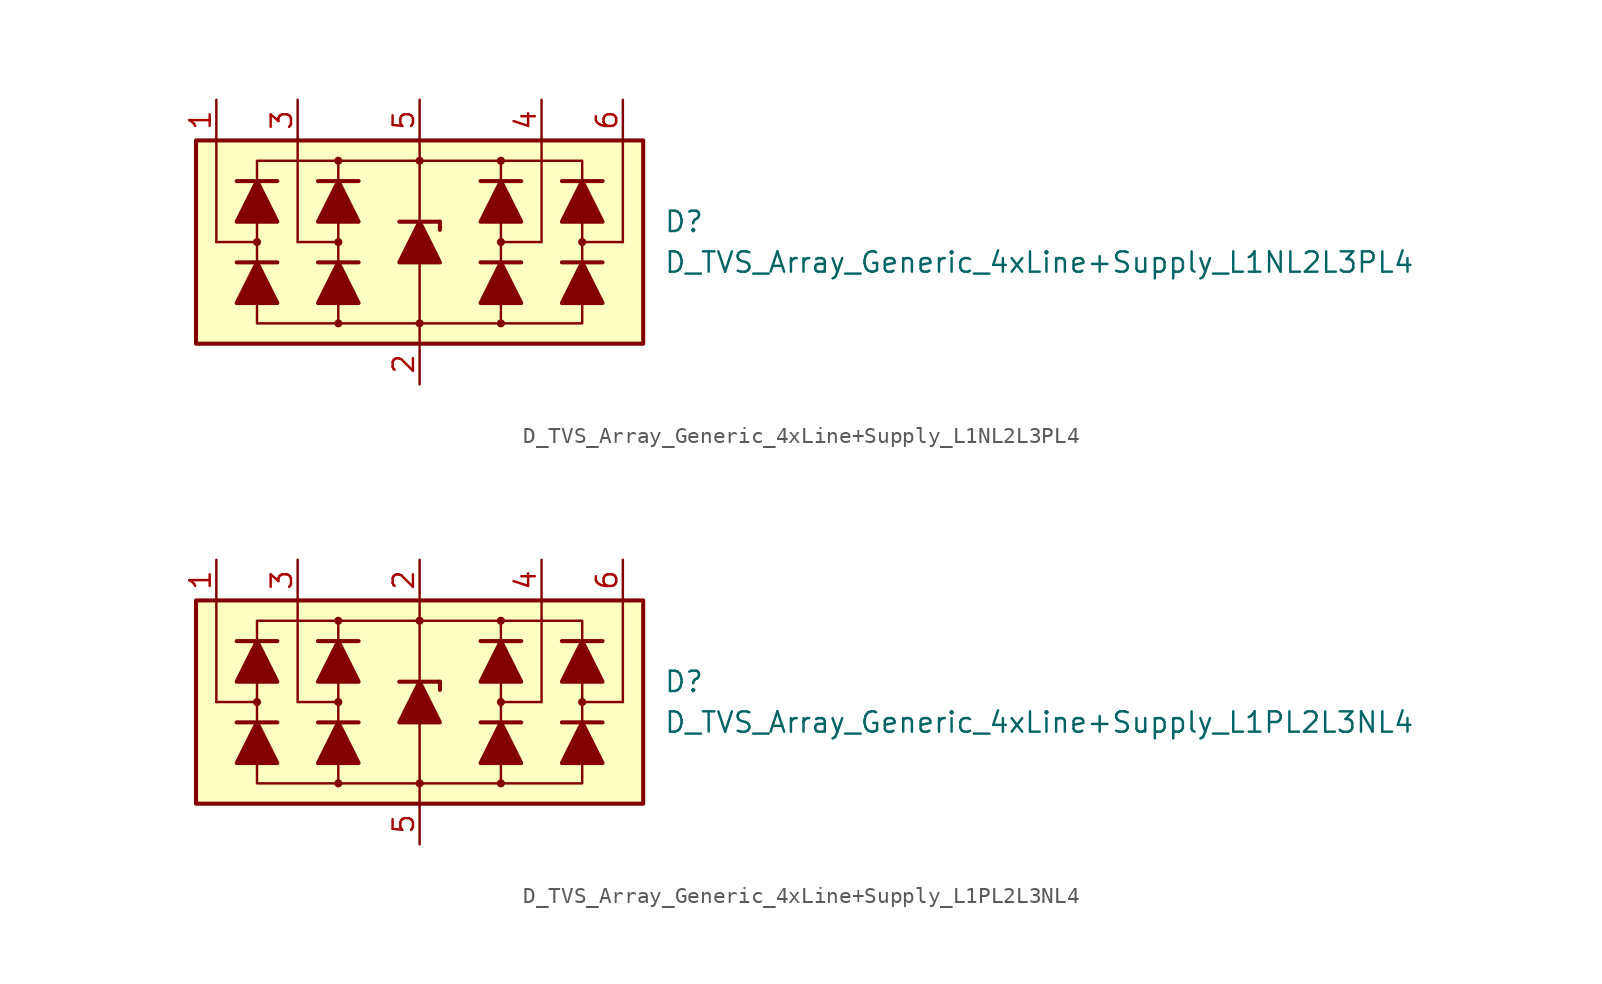
<source format=kicad_sym>
(kicad_symbol_lib
  (version 20211014)
  (generator kicad_symbol_editor)
  (symbol "D_TVS_Array_Generic_4xLine+Supply_L1NL2L3PL4"
    (pin_names
      (offset 1.016) hide)
    (property "Reference" "D"
      (at 15.24 1.27 0)
      (effects (font (size 1.27 1.27)) (justify left)))
    (property "Value" "D_TVS_Array_Generic_4xLine+Supply_L1NL2L3PL4"
      (at 15.24 -1.27 0)
      (effects (font (size 1.27 1.27)) (justify left)))
    (symbol "D_TVS_Array_Generic_4xLine+Supply_L1NL2L3PL4_0_1"
      (rectangle (start -13.97 6.35) (end 13.97 -6.35) (stroke (width 0.254) (type default) (color 0 0 0 0)) (fill (type background)))
      (circle (center -5.08 0) (radius 0.178) (stroke (width 0) (type default) (color 0 0 0 0)) (fill (type outline)))
      (polyline (pts (xy -7.62 0) (xy -7.62 6.35)) (stroke (width 0) (type default) (color 0 0 0 0)) (fill (type none)))
      (polyline (pts (xy -5.08 -1.27) (xy -5.08 1.27)) (stroke (width 0) (type default) (color 0 0 0 0)) (fill (type none)))
      (polyline (pts (xy -5.08 0) (xy -7.62 0)) (stroke (width 0) (type default) (color 0 0 0 0)) (fill (type none)))
      (polyline (pts (xy 0 -5.08) (xy 0 -6.35)) (stroke (width 0) (type default) (color 0 0 0 0)) (fill (type none)))
      (polyline (pts (xy 0 -1.27) (xy 0 -5.08)) (stroke (width 0) (type default) (color 0 0 0 0)) (fill (type none)))
      (polyline (pts (xy 0 1.27) (xy 0 6.35)) (stroke (width 0) (type default) (color 0 0 0 0)) (fill (type none)))
      (polyline (pts (xy 5.08 -1.27) (xy 5.08 1.27)) (stroke (width 0) (type default) (color 0 0 0 0)) (fill (type none)))
      (polyline (pts (xy 5.08 0) (xy 7.62 0)) (stroke (width 0) (type default) (color 0 0 0 0)) (fill (type none)))
      (polyline (pts (xy 7.62 0) (xy 7.62 6.35)) (stroke (width 0) (type default) (color 0 0 0 0)) (fill (type none)))
      (polyline (pts (xy -5.08 -5.08) (xy -10.16 -5.08) (xy -10.16 5.08) (xy -5.08 5.08)) (stroke (width 0) (type default) (color 0 0 0 0)) (fill (type none)))
      (polyline (pts (xy -5.08 -3.81) (xy -5.08 -5.08) (xy 5.08 -5.08) (xy 5.08 -3.81)) (stroke (width 0) (type default) (color 0 0 0 0)) (fill (type none)))
      (polyline (pts (xy -5.08 3.81) (xy -5.08 5.08) (xy 5.08 5.08) (xy 5.08 3.81)) (stroke (width 0) (type default) (color 0 0 0 0)) (fill (type none)))
      (polyline (pts (xy 5.08 -5.08) (xy 10.16 -5.08) (xy 10.16 5.08) (xy 5.08 5.08)) (stroke (width 0) (type default) (color 0 0 0 0)) (fill (type none)))
      (circle (center 0 5.08) (radius 0.178) (stroke (width 0) (type default) (color 0 0 0 0)) (fill (type outline)))
      (circle (center 5.08 0) (radius 0.178) (stroke (width 0) (type default) (color 0 0 0 0)) (fill (type outline))))
    (symbol "D_TVS_Array_Generic_4xLine+Supply_L1NL2L3PL4_1_1"
      (circle (center -10.16 0) (radius 0.178) (stroke (width 0) (type default) (color 0 0 0 0)) (fill (type outline)))
      (circle (center -5.08 -5.08) (radius 0.178) (stroke (width 0) (type default) (color 0 0 0 0)) (fill (type outline)))
      (circle (center -5.08 5.08) (radius 0.178) (stroke (width 0) (type default) (color 0 0 0 0)) (fill (type outline)))
      (circle (center 0 -5.08) (radius 0.178) (stroke (width 0) (type default) (color 0 0 0 0)) (fill (type outline)))
      (polyline (pts (xy -12.7 0) (xy -12.7 6.35)) (stroke (width 0) (type default) (color 0 0 0 0)) (fill (type none)))
      (polyline (pts (xy -10.16 0) (xy -12.7 0)) (stroke (width 0) (type default) (color 0 0 0 0)) (fill (type none)))
      (polyline (pts (xy -8.89 -1.27) (xy -11.43 -1.27)) (stroke (width 0.254) (type default) (color 0 0 0 0)) (fill (type none)))
      (polyline (pts (xy -8.89 3.81) (xy -11.43 3.81)) (stroke (width 0.254) (type default) (color 0 0 0 0)) (fill (type none)))
      (polyline (pts (xy -5.08 -3.81) (xy -5.08 -1.27)) (stroke (width 0) (type default) (color 0 0 0 0)) (fill (type none)))
      (polyline (pts (xy -5.08 1.27) (xy -5.08 3.81)) (stroke (width 0) (type default) (color 0 0 0 0)) (fill (type none)))
      (polyline (pts (xy -3.81 -1.27) (xy -6.35 -1.27)) (stroke (width 0.254) (type default) (color 0 0 0 0)) (fill (type none)))
      (polyline (pts (xy -3.81 3.81) (xy -6.35 3.81)) (stroke (width 0.254) (type default) (color 0 0 0 0)) (fill (type none)))
      (polyline (pts (xy -1.27 1.27) (xy 1.27 1.27)) (stroke (width 0.254) (type default) (color 0 0 0 0)) (fill (type none)))
      (polyline (pts (xy 0 -1.27) (xy 0 1.27)) (stroke (width 0) (type default) (color 0 0 0 0)) (fill (type none)))
      (polyline (pts (xy 1.27 1.27) (xy 1.27 0.762)) (stroke (width 0.254) (type default) (color 0 0 0 0)) (fill (type none)))
      (polyline (pts (xy 5.08 -3.81) (xy 5.08 -1.27)) (stroke (width 0) (type default) (color 0 0 0 0)) (fill (type none)))
      (polyline (pts (xy 5.08 1.27) (xy 5.08 3.81)) (stroke (width 0) (type default) (color 0 0 0 0)) (fill (type none)))
      (polyline (pts (xy 6.35 -1.27) (xy 3.81 -1.27)) (stroke (width 0.254) (type default) (color 0 0 0 0)) (fill (type none)))
      (polyline (pts (xy 6.35 3.81) (xy 3.81 3.81)) (stroke (width 0.254) (type default) (color 0 0 0 0)) (fill (type none)))
      (polyline (pts (xy 10.16 0) (xy 12.7 0)) (stroke (width 0) (type default) (color 0 0 0 0)) (fill (type none)))
      (polyline (pts (xy 11.43 -1.27) (xy 8.89 -1.27)) (stroke (width 0.254) (type default) (color 0 0 0 0)) (fill (type none)))
      (polyline (pts (xy 11.43 3.81) (xy 8.89 3.81)) (stroke (width 0.254) (type default) (color 0 0 0 0)) (fill (type none)))
      (polyline (pts (xy 12.7 0) (xy 12.7 6.35)) (stroke (width 0) (type default) (color 0 0 0 0)) (fill (type none)))
      (polyline (pts (xy -8.89 -3.81) (xy -11.43 -3.81) (xy -10.16 -1.27) (xy -8.89 -3.81)) (stroke (width 0.254) (type default) (color 0 0 0 0)) (fill (type outline)))
      (polyline (pts (xy -8.89 1.27) (xy -11.43 1.27) (xy -10.16 3.81) (xy -8.89 1.27)) (stroke (width 0.254) (type default) (color 0 0 0 0)) (fill (type outline)))
      (polyline (pts (xy -3.81 -3.81) (xy -6.35 -3.81) (xy -5.08 -1.27) (xy -3.81 -3.81)) (stroke (width 0.254) (type default) (color 0 0 0 0)) (fill (type outline)))
      (polyline (pts (xy -3.81 1.27) (xy -6.35 1.27) (xy -5.08 3.81) (xy -3.81 1.27)) (stroke (width 0.254) (type default) (color 0 0 0 0)) (fill (type outline)))
      (polyline (pts (xy 1.27 -1.27) (xy -1.27 -1.27) (xy 0 1.27) (xy 1.27 -1.27)) (stroke (width 0.254) (type default) (color 0 0 0 0)) (fill (type outline)))
      (polyline (pts (xy 6.35 -3.81) (xy 3.81 -3.81) (xy 5.08 -1.27) (xy 6.35 -3.81)) (stroke (width 0.254) (type default) (color 0 0 0 0)) (fill (type outline)))
      (polyline (pts (xy 6.35 1.27) (xy 3.81 1.27) (xy 5.08 3.81) (xy 6.35 1.27)) (stroke (width 0.254) (type default) (color 0 0 0 0)) (fill (type outline)))
      (polyline (pts (xy 11.43 -3.81) (xy 8.89 -3.81) (xy 10.16 -1.27) (xy 11.43 -3.81)) (stroke (width 0.254) (type default) (color 0 0 0 0)) (fill (type outline)))
      (polyline (pts (xy 11.43 1.27) (xy 8.89 1.27) (xy 10.16 3.81) (xy 11.43 1.27)) (stroke (width 0.254) (type default) (color 0 0 0 0)) (fill (type outline)))
      (circle (center 5.08 -5.08) (radius 0.178) (stroke (width 0) (type default) (color 0 0 0 0)) (fill (type outline)))
      (circle (center 5.08 5.08) (radius 0.178) (stroke (width 0) (type default) (color 0 0 0 0)) (fill (type outline)))
      (circle (center 10.16 0) (radius 0.178) (stroke (width 0) (type default) (color 0 0 0 0)) (fill (type outline)))
      (pin passive line (at -12.7 8.89 270) (length 2.54) (name "L1" (effects (font (size 1.27 1.27)))) (number "1" (effects (font (size 1.27 1.27)))))
      (pin passive line (at 0 -8.89 90) (length 2.54) (name "VN" (effects (font (size 1.27 1.27)))) (number "2" (effects (font (size 1.27 1.27)))))
      (pin passive line (at -7.62 8.89 270) (length 2.54) (name "L2" (effects (font (size 1.27 1.27)))) (number "3" (effects (font (size 1.27 1.27)))))
      (pin passive line (at 7.62 8.89 270) (length 2.54) (name "L3" (effects (font (size 1.27 1.27)))) (number "4" (effects (font (size 1.27 1.27)))))
      (pin passive line (at 0 8.89 270) (length 2.54) (name "VP" (effects (font (size 1.27 1.27)))) (number "5" (effects (font (size 1.27 1.27)))))
      (pin passive line (at 12.7 8.89 270) (length 2.54) (name "L4" (effects (font (size 1.27 1.27)))) (number "6" (effects (font (size 1.27 1.27)))))))
  (symbol "D_TVS_Array_Generic_4xLine+Supply_L1PL2L3NL4"
    (pin_names
      (offset 1.016) hide)
    (property "Reference" "D"
      (at 15.24 1.27 0)
      (effects (font (size 1.27 1.27)) (justify left)))
    (property "Value" "D_TVS_Array_Generic_4xLine+Supply_L1PL2L3NL4"
      (at 15.24 -1.27 0)
      (effects (font (size 1.27 1.27)) (justify left)))
    (symbol "D_TVS_Array_Generic_4xLine+Supply_L1PL2L3NL4_0_1"
      (rectangle (start -13.97 6.35) (end 13.97 -6.35) (stroke (width 0.254) (type default) (color 0 0 0 0)) (fill (type background)))
      (circle (center -5.08 0) (radius 0.178) (stroke (width 0) (type default) (color 0 0 0 0)) (fill (type outline)))
      (polyline (pts (xy -7.62 0) (xy -7.62 6.35)) (stroke (width 0) (type default) (color 0 0 0 0)) (fill (type none)))
      (polyline (pts (xy -5.08 -1.27) (xy -5.08 1.27)) (stroke (width 0) (type default) (color 0 0 0 0)) (fill (type none)))
      (polyline (pts (xy -5.08 0) (xy -7.62 0)) (stroke (width 0) (type default) (color 0 0 0 0)) (fill (type none)))
      (polyline (pts (xy 0 -5.08) (xy 0 -6.35)) (stroke (width 0) (type default) (color 0 0 0 0)) (fill (type none)))
      (polyline (pts (xy 0 -1.27) (xy 0 -5.08)) (stroke (width 0) (type default) (color 0 0 0 0)) (fill (type none)))
      (polyline (pts (xy 0 1.27) (xy 0 6.35)) (stroke (width 0) (type default) (color 0 0 0 0)) (fill (type none)))
      (polyline (pts (xy 5.08 -1.27) (xy 5.08 1.27)) (stroke (width 0) (type default) (color 0 0 0 0)) (fill (type none)))
      (polyline (pts (xy 5.08 0) (xy 7.62 0)) (stroke (width 0) (type default) (color 0 0 0 0)) (fill (type none)))
      (polyline (pts (xy 7.62 0) (xy 7.62 6.35)) (stroke (width 0) (type default) (color 0 0 0 0)) (fill (type none)))
      (polyline (pts (xy -5.08 -5.08) (xy -10.16 -5.08) (xy -10.16 5.08) (xy -5.08 5.08)) (stroke (width 0) (type default) (color 0 0 0 0)) (fill (type none)))
      (polyline (pts (xy -5.08 -3.81) (xy -5.08 -5.08) (xy 5.08 -5.08) (xy 5.08 -3.81)) (stroke (width 0) (type default) (color 0 0 0 0)) (fill (type none)))
      (polyline (pts (xy -5.08 3.81) (xy -5.08 5.08) (xy 5.08 5.08) (xy 5.08 3.81)) (stroke (width 0) (type default) (color 0 0 0 0)) (fill (type none)))
      (polyline (pts (xy 5.08 -5.08) (xy 10.16 -5.08) (xy 10.16 5.08) (xy 5.08 5.08)) (stroke (width 0) (type default) (color 0 0 0 0)) (fill (type none)))
      (circle (center 0 5.08) (radius 0.178) (stroke (width 0) (type default) (color 0 0 0 0)) (fill (type outline)))
      (circle (center 5.08 0) (radius 0.178) (stroke (width 0) (type default) (color 0 0 0 0)) (fill (type outline))))
    (symbol "D_TVS_Array_Generic_4xLine+Supply_L1PL2L3NL4_1_1"
      (circle (center -10.16 0) (radius 0.178) (stroke (width 0) (type default) (color 0 0 0 0)) (fill (type outline)))
      (circle (center -5.08 -5.08) (radius 0.178) (stroke (width 0) (type default) (color 0 0 0 0)) (fill (type outline)))
      (circle (center -5.08 5.08) (radius 0.178) (stroke (width 0) (type default) (color 0 0 0 0)) (fill (type outline)))
      (circle (center 0 -5.08) (radius 0.178) (stroke (width 0) (type default) (color 0 0 0 0)) (fill (type outline)))
      (polyline (pts (xy -12.7 0) (xy -12.7 6.35)) (stroke (width 0) (type default) (color 0 0 0 0)) (fill (type none)))
      (polyline (pts (xy -10.16 0) (xy -12.7 0)) (stroke (width 0) (type default) (color 0 0 0 0)) (fill (type none)))
      (polyline (pts (xy -8.89 -1.27) (xy -11.43 -1.27)) (stroke (width 0.254) (type default) (color 0 0 0 0)) (fill (type none)))
      (polyline (pts (xy -8.89 3.81) (xy -11.43 3.81)) (stroke (width 0.254) (type default) (color 0 0 0 0)) (fill (type none)))
      (polyline (pts (xy -5.08 -3.81) (xy -5.08 -1.27)) (stroke (width 0) (type default) (color 0 0 0 0)) (fill (type none)))
      (polyline (pts (xy -5.08 1.27) (xy -5.08 3.81)) (stroke (width 0) (type default) (color 0 0 0 0)) (fill (type none)))
      (polyline (pts (xy -3.81 -1.27) (xy -6.35 -1.27)) (stroke (width 0.254) (type default) (color 0 0 0 0)) (fill (type none)))
      (polyline (pts (xy -3.81 3.81) (xy -6.35 3.81)) (stroke (width 0.254) (type default) (color 0 0 0 0)) (fill (type none)))
      (polyline (pts (xy -1.27 1.27) (xy 1.27 1.27)) (stroke (width 0.254) (type default) (color 0 0 0 0)) (fill (type none)))
      (polyline (pts (xy 0 -1.27) (xy 0 1.27)) (stroke (width 0) (type default) (color 0 0 0 0)) (fill (type none)))
      (polyline (pts (xy 1.27 1.27) (xy 1.27 0.762)) (stroke (width 0.254) (type default) (color 0 0 0 0)) (fill (type none)))
      (polyline (pts (xy 5.08 -3.81) (xy 5.08 -1.27)) (stroke (width 0) (type default) (color 0 0 0 0)) (fill (type none)))
      (polyline (pts (xy 5.08 1.27) (xy 5.08 3.81)) (stroke (width 0) (type default) (color 0 0 0 0)) (fill (type none)))
      (polyline (pts (xy 6.35 -1.27) (xy 3.81 -1.27)) (stroke (width 0.254) (type default) (color 0 0 0 0)) (fill (type none)))
      (polyline (pts (xy 6.35 3.81) (xy 3.81 3.81)) (stroke (width 0.254) (type default) (color 0 0 0 0)) (fill (type none)))
      (polyline (pts (xy 10.16 0) (xy 12.7 0)) (stroke (width 0) (type default) (color 0 0 0 0)) (fill (type none)))
      (polyline (pts (xy 11.43 -1.27) (xy 8.89 -1.27)) (stroke (width 0.254) (type default) (color 0 0 0 0)) (fill (type none)))
      (polyline (pts (xy 11.43 3.81) (xy 8.89 3.81)) (stroke (width 0.254) (type default) (color 0 0 0 0)) (fill (type none)))
      (polyline (pts (xy 12.7 0) (xy 12.7 6.35)) (stroke (width 0) (type default) (color 0 0 0 0)) (fill (type none)))
      (polyline (pts (xy -8.89 -3.81) (xy -11.43 -3.81) (xy -10.16 -1.27) (xy -8.89 -3.81)) (stroke (width 0.254) (type default) (color 0 0 0 0)) (fill (type outline)))
      (polyline (pts (xy -8.89 1.27) (xy -11.43 1.27) (xy -10.16 3.81) (xy -8.89 1.27)) (stroke (width 0.254) (type default) (color 0 0 0 0)) (fill (type outline)))
      (polyline (pts (xy -3.81 -3.81) (xy -6.35 -3.81) (xy -5.08 -1.27) (xy -3.81 -3.81)) (stroke (width 0.254) (type default) (color 0 0 0 0)) (fill (type outline)))
      (polyline (pts (xy -3.81 1.27) (xy -6.35 1.27) (xy -5.08 3.81) (xy -3.81 1.27)) (stroke (width 0.254) (type default) (color 0 0 0 0)) (fill (type outline)))
      (polyline (pts (xy 1.27 -1.27) (xy -1.27 -1.27) (xy 0 1.27) (xy 1.27 -1.27)) (stroke (width 0.254) (type default) (color 0 0 0 0)) (fill (type outline)))
      (polyline (pts (xy 6.35 -3.81) (xy 3.81 -3.81) (xy 5.08 -1.27) (xy 6.35 -3.81)) (stroke (width 0.254) (type default) (color 0 0 0 0)) (fill (type outline)))
      (polyline (pts (xy 6.35 1.27) (xy 3.81 1.27) (xy 5.08 3.81) (xy 6.35 1.27)) (stroke (width 0.254) (type default) (color 0 0 0 0)) (fill (type outline)))
      (polyline (pts (xy 11.43 -3.81) (xy 8.89 -3.81) (xy 10.16 -1.27) (xy 11.43 -3.81)) (stroke (width 0.254) (type default) (color 0 0 0 0)) (fill (type outline)))
      (polyline (pts (xy 11.43 1.27) (xy 8.89 1.27) (xy 10.16 3.81) (xy 11.43 1.27)) (stroke (width 0.254) (type default) (color 0 0 0 0)) (fill (type outline)))
      (circle (center 5.08 -5.08) (radius 0.178) (stroke (width 0) (type default) (color 0 0 0 0)) (fill (type outline)))
      (circle (center 5.08 5.08) (radius 0.178) (stroke (width 0) (type default) (color 0 0 0 0)) (fill (type outline)))
      (circle (center 10.16 0) (radius 0.178) (stroke (width 0) (type default) (color 0 0 0 0)) (fill (type outline)))
      (pin passive line (at -12.7 8.89 270) (length 2.54) (name "L1" (effects (font (size 1.27 1.27)))) (number "1" (effects (font (size 1.27 1.27)))))
      (pin passive line (at 0 8.89 270) (length 2.54) (name "VP" (effects (font (size 1.27 1.27)))) (number "2" (effects (font (size 1.27 1.27)))))
      (pin passive line (at -7.62 8.89 270) (length 2.54) (name "L2" (effects (font (size 1.27 1.27)))) (number "3" (effects (font (size 1.27 1.27)))))
      (pin passive line (at 7.62 8.89 270) (length 2.54) (name "L3" (effects (font (size 1.27 1.27)))) (number "4" (effects (font (size 1.27 1.27)))))
      (pin passive line (at 0 -8.89 90) (length 2.54) (name "VN" (effects (font (size 1.27 1.27)))) (number "5" (effects (font (size 1.27 1.27)))))
      (pin passive line (at 12.7 8.89 270) (length 2.54) (name "L4" (effects (font (size 1.27 1.27)))) (number "6" (effects (font (size 1.27 1.27))))))))
</source>
